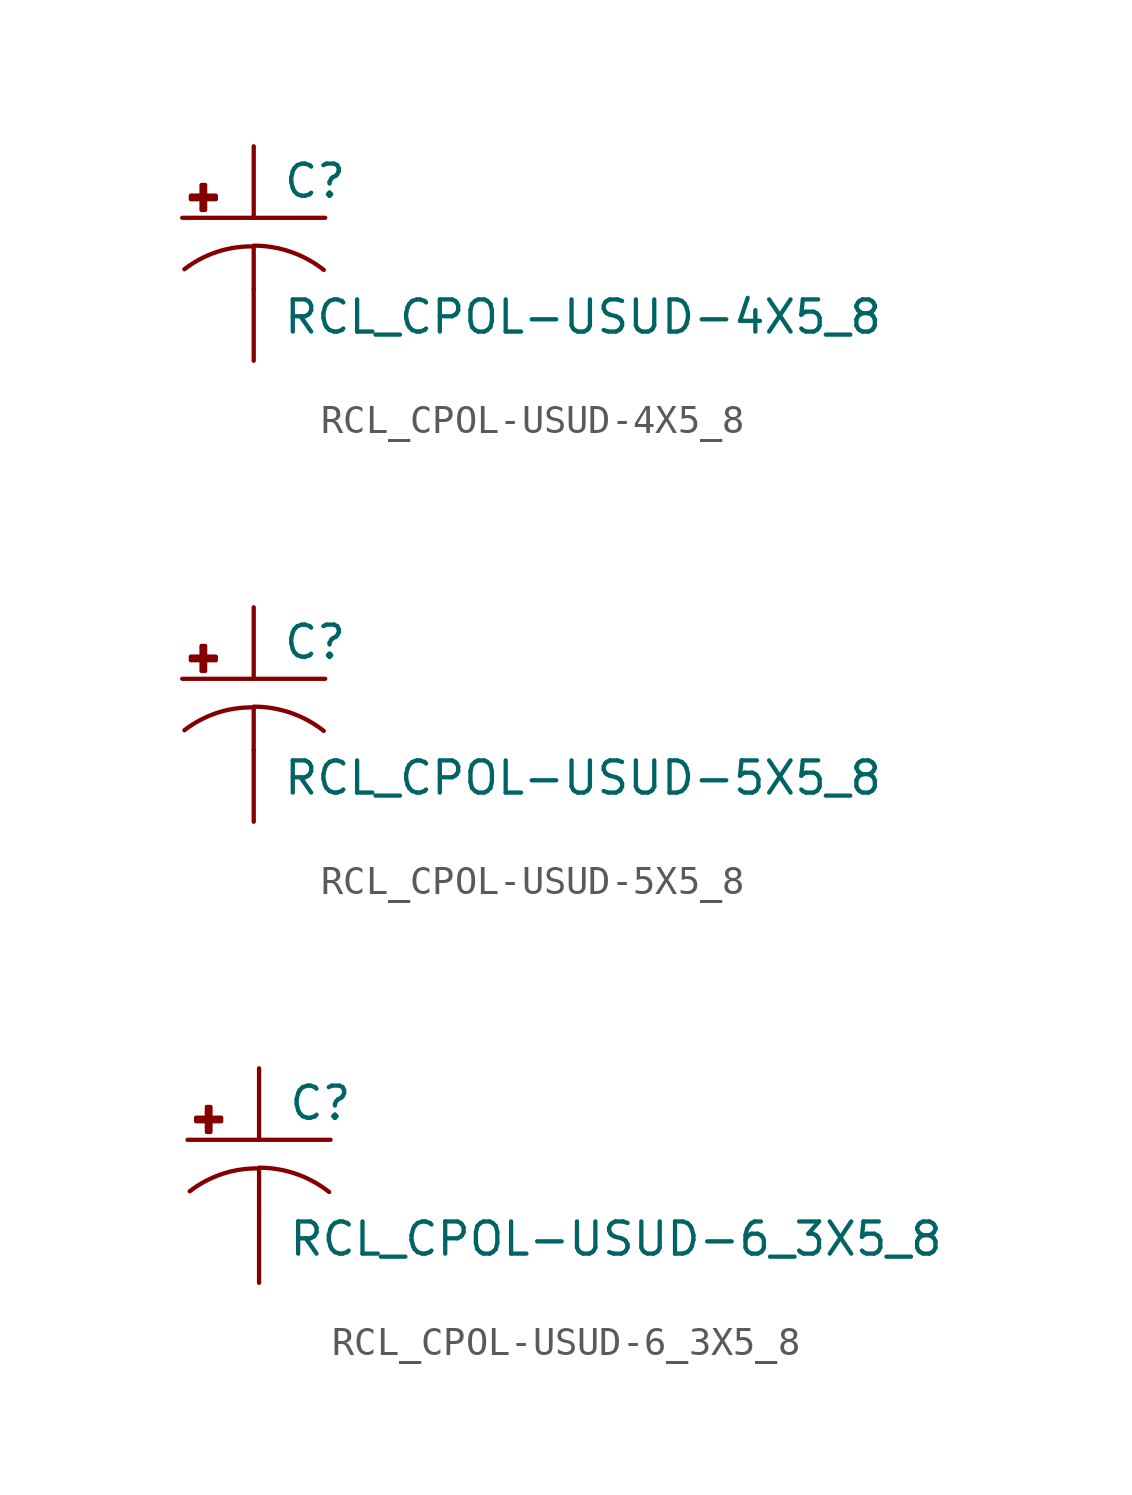
<source format=kicad_sym>
(kicad_symbol_lib
  (version 20210619)
  (generator kicad_symbol_editor)
  (symbol "RCL_CPOL-USUD-4X5_8"
    (pin_numbers hide)
    (pin_names
      (offset 1.016) hide)
    (property "Reference" "C"
      (at 1.016 0.635 0)
      (effects (font (size 1.143 1.143)) (justify left bottom)))
    (property "Value" "RCL_CPOL-USUD-4X5_8"
      (at 1.016 -4.191 0)
      (effects (font (size 1.143 1.143)) (justify left bottom)))
    (property "ki_locked" ""
      (at 0 0 0)
      (effects (font (size 1.27 1.27))))
    (symbol "RCL_CPOL-USUD-4X5_8_1_0"
      (polyline (pts (xy -2.54 0) (xy 2.54 0)) (stroke (width 0)) (fill (type none)))
      (polyline (pts (xy 0 -1.016) (xy 0 -2.54)) (stroke (width 0)) (fill (type none)))
      (polyline (pts (xy 0 -1.016) (xy 0 -1.016)) (stroke (width 0)) (fill (type none))))
    (symbol "RCL_CPOL-USUD-4X5_8_1_1"
      (arc (start 0 -1.016) (end -2.4638 -1.8288) (radius (at 0 -5.0546) (length 4.0386) (angles 90.1 127.3)) (stroke (width 0)) (fill (type none)))
      (arc (start 2.4892 -1.8542) (end 0 -0.9906) (radius (at 0 -5.0292) (length 4.0386) (angles 52.3 89.9)) (stroke (width 0)) (fill (type none)))
      (rectangle (start -2.235 0.66) (end -1.346 0.787) (stroke (width 0)) (fill (type outline)))
      (rectangle (start -1.854 0.279) (end -1.727 1.168) (stroke (width 0)) (fill (type outline)))
      (pin passive line (at 0 2.54 270) (length 2.54) (name "+" (effects (font (size 1.016 1.016)))) (number "+" (effects (font (size 1.016 1.016)))))
      (pin passive line (at 0 -5.08 90) (length 2.54) (name "-" (effects (font (size 1.016 1.016)))) (number "-" (effects (font (size 1.016 1.016)))))))
  (symbol "RCL_CPOL-USUD-5X5_8"
    (pin_numbers hide)
    (pin_names
      (offset 1.016) hide)
    (property "Reference" "C"
      (at 1.016 0.635 0)
      (effects (font (size 1.143 1.143)) (justify left bottom)))
    (property "Value" "RCL_CPOL-USUD-5X5_8"
      (at 1.016 -4.191 0)
      (effects (font (size 1.143 1.143)) (justify left bottom)))
    (property "ki_locked" ""
      (at 0 0 0)
      (effects (font (size 1.27 1.27))))
    (symbol "RCL_CPOL-USUD-5X5_8_1_0"
      (polyline (pts (xy -2.54 0) (xy 2.54 0)) (stroke (width 0)) (fill (type none)))
      (polyline (pts (xy 0 -1.016) (xy 0 -2.54)) (stroke (width 0)) (fill (type none)))
      (polyline (pts (xy 0 -1.016) (xy 0 -1.016)) (stroke (width 0)) (fill (type none))))
    (symbol "RCL_CPOL-USUD-5X5_8_1_1"
      (arc (start 0 -1.016) (end -2.4638 -1.8288) (radius (at 0 -5.0546) (length 4.0386) (angles 90.1 127.3)) (stroke (width 0)) (fill (type none)))
      (arc (start 2.4892 -1.8542) (end 0 -0.9906) (radius (at 0 -5.0292) (length 4.0386) (angles 52.3 89.9)) (stroke (width 0)) (fill (type none)))
      (rectangle (start -2.235 0.66) (end -1.346 0.787) (stroke (width 0)) (fill (type outline)))
      (rectangle (start -1.854 0.279) (end -1.727 1.168) (stroke (width 0)) (fill (type outline)))
      (pin passive line (at 0 2.54 270) (length 2.54) (name "+" (effects (font (size 1.016 1.016)))) (number "+" (effects (font (size 1.016 1.016)))))
      (pin passive line (at 0 -5.08 90) (length 2.54) (name "-" (effects (font (size 1.016 1.016)))) (number "-" (effects (font (size 1.016 1.016)))))))
  (symbol "RCL_CPOL-USUD-6_3X5_8"
    (pin_numbers hide)
    (pin_names
      (offset 1.016) hide)
    (property "Reference" "C"
      (at 1.016 0.635 0)
      (effects (font (size 1.143 1.143)) (justify left bottom)))
    (property "Value" "RCL_CPOL-USUD-6_3X5_8"
      (at 1.016 -4.191 0)
      (effects (font (size 1.143 1.143)) (justify left bottom)))
    (property "ki_locked" ""
      (at 0 0 0)
      (effects (font (size 1.27 1.27))))
    (symbol "RCL_CPOL-USUD-6_3X5_8_1_0"
      (polyline (pts (xy -2.54 0) (xy 2.54 0)) (stroke (width 0)) (fill (type none)))
      (polyline (pts (xy 0 -1.016) (xy 0 -2.54)) (stroke (width 0)) (fill (type none)))
      (polyline (pts (xy 0 -1.016) (xy 0 -1.016)) (stroke (width 0)) (fill (type none))))
    (symbol "RCL_CPOL-USUD-6_3X5_8_1_1"
      (arc (start 0 -1.016) (end -2.4638 -1.8288) (radius (at 0 -5.0546) (length 4.0386) (angles 90.1 127.3)) (stroke (width 0)) (fill (type none)))
      (arc (start 2.4892 -1.8542) (end 0 -0.9906) (radius (at 0 -5.0292) (length 4.0386) (angles 52.3 89.9)) (stroke (width 0)) (fill (type none)))
      (rectangle (start -2.235 0.66) (end -1.346 0.787) (stroke (width 0)) (fill (type outline)))
      (rectangle (start -1.854 0.279) (end -1.727 1.168) (stroke (width 0)) (fill (type outline)))
      (pin passive line (at 0 2.54 270) (length 2.54) (name "+" (effects (font (size 1.016 1.016)))) (number "+" (effects (font (size 1.016 1.016)))))
      (pin passive line (at 0 -5.08 90) (length 2.54) (name "-" (effects (font (size 1.016 1.016)))) (number "-" (effects (font (size 1.016 1.016))))))))
</source>
